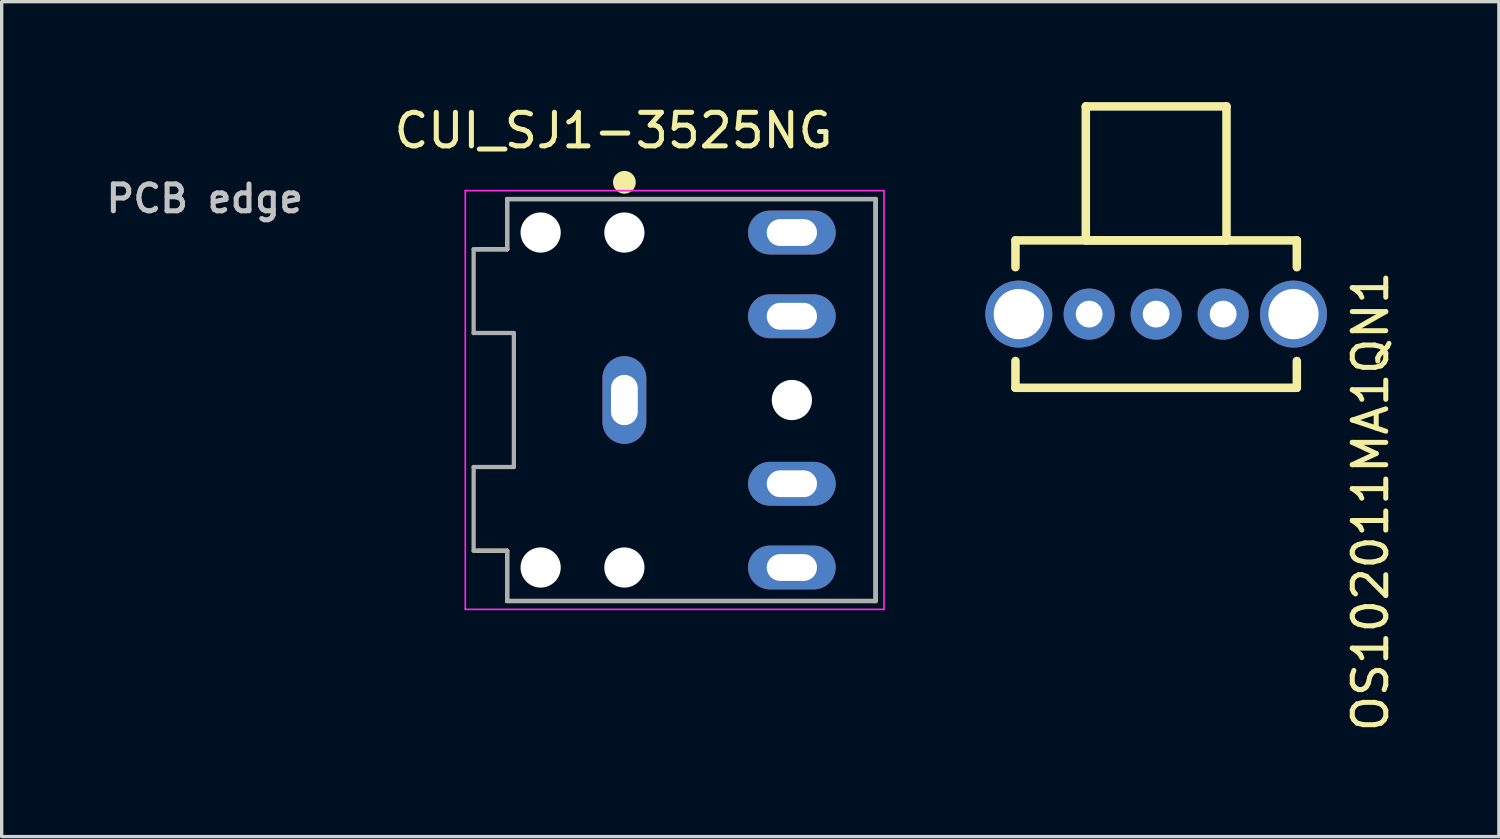
<source format=kicad_pcb>
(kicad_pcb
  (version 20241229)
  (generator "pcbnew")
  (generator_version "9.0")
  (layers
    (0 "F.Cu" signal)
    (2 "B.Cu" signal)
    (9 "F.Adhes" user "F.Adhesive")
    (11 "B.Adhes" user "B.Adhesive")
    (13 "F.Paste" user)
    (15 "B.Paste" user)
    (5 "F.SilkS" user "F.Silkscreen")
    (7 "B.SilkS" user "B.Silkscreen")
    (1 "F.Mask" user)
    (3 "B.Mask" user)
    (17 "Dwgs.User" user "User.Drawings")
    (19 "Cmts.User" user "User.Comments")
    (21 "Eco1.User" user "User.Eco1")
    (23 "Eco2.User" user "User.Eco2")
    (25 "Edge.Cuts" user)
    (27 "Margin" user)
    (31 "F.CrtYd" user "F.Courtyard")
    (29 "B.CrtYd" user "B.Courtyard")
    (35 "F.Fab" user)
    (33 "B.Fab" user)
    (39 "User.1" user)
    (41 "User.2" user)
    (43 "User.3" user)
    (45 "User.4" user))
  (footprint "CUI_SJ1-3525NG"
    (layer "F.Cu")
    (at 15.59 8.892)
    (property "Reference" "CUI_SJ1-3525NG" (at -0.325 -8.043 0) (layer "F.SilkS") (effects (font (size 1.001 1.001) (thickness 0.15))))
    (attr through_hole)
    (fp_line (start -4.4 4.5) (end -3.5 4.5) (stroke (width 0.127) (type solid)) (layer "F.SilkS"))
    (fp_line (start -3.5 -6) (end -3.5 -4.5) (stroke (width 0.127) (type solid)) (layer "F.SilkS"))
    (fp_line (start -3.5 -4.5) (end -4.4 -4.5) (stroke (width 0.127) (type solid)) (layer "F.SilkS"))
    (fp_line (start -3.5 4.5) (end -3.5 6) (stroke (width 0.127) (type solid)) (layer "F.SilkS"))
    (fp_line (start 7.5 -6) (end -3.5 -6) (stroke (width 0.127) (type solid)) (layer "F.SilkS"))
    (fp_line (start 7.5 -6) (end 7.5 6) (stroke (width 0.127) (type solid)) (layer "F.SilkS"))
    (fp_line (start 7.5 6) (end -3.5 6) (stroke (width 0.127) (type solid)) (layer "F.SilkS"))
    (fp_circle (center 0 -6.5) (end 0.17 -6.5) (stroke (width 0.34) (type solid)) (fill no) (layer "F.SilkS"))
    (fp_line (start -4.75 -6.25) (end 7.75 -6.25) (stroke (width 0.05) (type solid)) (layer "F.CrtYd"))
    (fp_line (start -4.75 6.25) (end -4.75 -6.25) (stroke (width 0.05) (type solid)) (layer "F.CrtYd"))
    (fp_line (start 7.75 -6.25) (end 7.75 6.25) (stroke (width 0.05) (type solid)) (layer "F.CrtYd"))
    (fp_line (start 7.75 6.25) (end -4.75 6.25) (stroke (width 0.05) (type solid)) (layer "F.CrtYd"))
    (fp_line (start -4.5 -4.5) (end -4.5 -2) (stroke (width 0.127) (type solid)) (layer "F.Fab"))
    (fp_line (start -4.5 -2) (end -3.3 -2) (stroke (width 0.127) (type solid)) (layer "F.Fab"))
    (fp_line (start -4.5 2) (end -4.5 4.5) (stroke (width 0.127) (type solid)) (layer "F.Fab"))
    (fp_line (start -4.5 4.5) (end -3.5 4.5) (stroke (width 0.127) (type solid)) (layer "F.Fab"))
    (fp_line (start -3.5 -6) (end -3.5 -4.5) (stroke (width 0.127) (type solid)) (layer "F.Fab"))
    (fp_line (start -3.5 -4.5) (end -4.5 -4.5) (stroke (width 0.127) (type solid)) (layer "F.Fab"))
    (fp_line (start -3.5 4.5) (end -3.5 6) (stroke (width 0.127) (type solid)) (layer "F.Fab"))
    (fp_line (start -3.3 -2) (end -3.3 2) (stroke (width 0.127) (type solid)) (layer "F.Fab"))
    (fp_line (start -3.3 2) (end -4.5 2) (stroke (width 0.127) (type solid)) (layer "F.Fab"))
    (fp_line (start 7.5 -6) (end -3.5 -6) (stroke (width 0.127) (type solid)) (layer "F.Fab"))
    (fp_line (start 7.5 -6) (end 7.5 6) (stroke (width 0.127) (type solid)) (layer "F.Fab"))
    (fp_line (start 7.5 6) (end -3.5 6) (stroke (width 0.127) (type solid)) (layer "F.Fab"))
    (fp_text user "PCB edge" (at -12.525 -6.012 0) (layer "Dwgs.User") (effects (font (size 0.802 0.802) (thickness 0.15))))
    (pad "" np_thru_hole circle (at -2.5 -5) (size 1.2 1.2) (drill 1.2) (layers "*.Cu" "*.Mask"))
    (pad "" np_thru_hole circle (at -2.5 5) (size 1.2 1.2) (drill 1.2) (layers "*.Cu" "*.Mask"))
    (pad "" np_thru_hole circle (at 0 -5) (size 1.2 1.2) (drill 1.2) (layers "*.Cu" "*.Mask"))
    (pad "" np_thru_hole circle (at 0 5) (size 1.2 1.2) (drill 1.2) (layers "*.Cu" "*.Mask"))
    (pad "" np_thru_hole circle (at 5 0) (size 1.2 1.2) (drill 1.2) (layers "*.Cu" "*.Mask"))
    (pad "1" thru_hole oval (at 0 0) (size 1.308 2.616) (drill oval 0.8 1.5) (layers "*.Cu" "*.Mask"))
    (pad "2" thru_hole oval (at 5 5) (size 2.616 1.308) (drill oval 1.5 0.8) (layers "*.Cu" "*.Mask"))
    (pad "3" thru_hole oval (at 5 -5) (size 2.616 1.308) (drill oval 1.5 0.8) (layers "*.Cu" "*.Mask"))
    (pad "4" thru_hole oval (at 5 2.5) (size 2.616 1.308) (drill oval 1.5 0.8) (layers "*.Cu" "*.Mask"))
    (pad "5" thru_hole oval (at 5 -2.5) (size 2.616 1.308) (drill oval 1.5 0.8) (layers "*.Cu" "*.Mask")))
  (footprint "OS102011MA1QN1"
    (layer "F.Cu")
    (at 31.465 6.327)
    (property "Reference" "OS102011MA1QN1" (at 6.985 -1.365 270) (layer "F.SilkS") (effects (font (size 1 1) (thickness 0.15)) (justify right bottom)))
    (attr through_hole)
    (fp_line (start -4.2 -2.2) (end 4.2 -2.2) (stroke (width 0.254) (type solid)) (layer "F.SilkS"))
    (fp_line (start -4.2 -1.4) (end -4.2 -2.2) (stroke (width 0.254) (type solid)) (layer "F.SilkS"))
    (fp_line (start -4.2 2.2) (end -4.2 1.4) (stroke (width 0.254) (type solid)) (layer "F.SilkS"))
    (fp_line (start -4.2 2.2) (end 4.2 2.2) (stroke (width 0.254) (type solid)) (layer "F.SilkS"))
    (fp_line (start -2.1 -6.2) (end 2.1 -6.2) (stroke (width 0.254) (type solid)) (layer "F.SilkS"))
    (fp_line (start -2.1 -2.2) (end -2.1 -6.2) (stroke (width 0.254) (type solid)) (layer "F.SilkS"))
    (fp_line (start -2.1 -2.2) (end 2.1 -2.2) (stroke (width 0.254) (type solid)) (layer "F.SilkS"))
    (fp_line (start 2.1 -2.2) (end 2.1 -6.2) (stroke (width 0.254) (type solid)) (layer "F.SilkS"))
    (fp_line (start 4.2 -1.4) (end 4.2 -2.2) (stroke (width 0.254) (type solid)) (layer "F.SilkS"))
    (fp_line (start 4.2 2.2) (end 4.2 1.4) (stroke (width 0.254) (type solid)) (layer "F.SilkS"))
    (pad "1" thru_hole circle (at -2 0) (size 1.524 1.524) (drill 0.8) (layers "*.Cu" "*.Mask"))
    (pad "2" thru_hole circle (at 0 0) (size 1.524 1.524) (drill 0.8) (layers "*.Cu" "*.Mask"))
    (pad "3" thru_hole circle (at 2 0) (size 1.524 1.524) (drill 0.8) (layers "*.Cu" "*.Mask"))
    (pad "4" thru_hole circle (at 4.1 0) (size 2 2) (drill 1.5) (layers "*.Cu" "*.Mask"))
    (pad "5" thru_hole circle (at -4.1 0) (size 2 2) (drill 1.5) (layers "*.Cu" "*.Mask")))
  (gr_rect
    (start -3 -3)
    (end 41.696 21.926)
    (stroke (width 0.1) (type default))
    (fill no)
    (layer "Edge.Cuts")))
</source>
